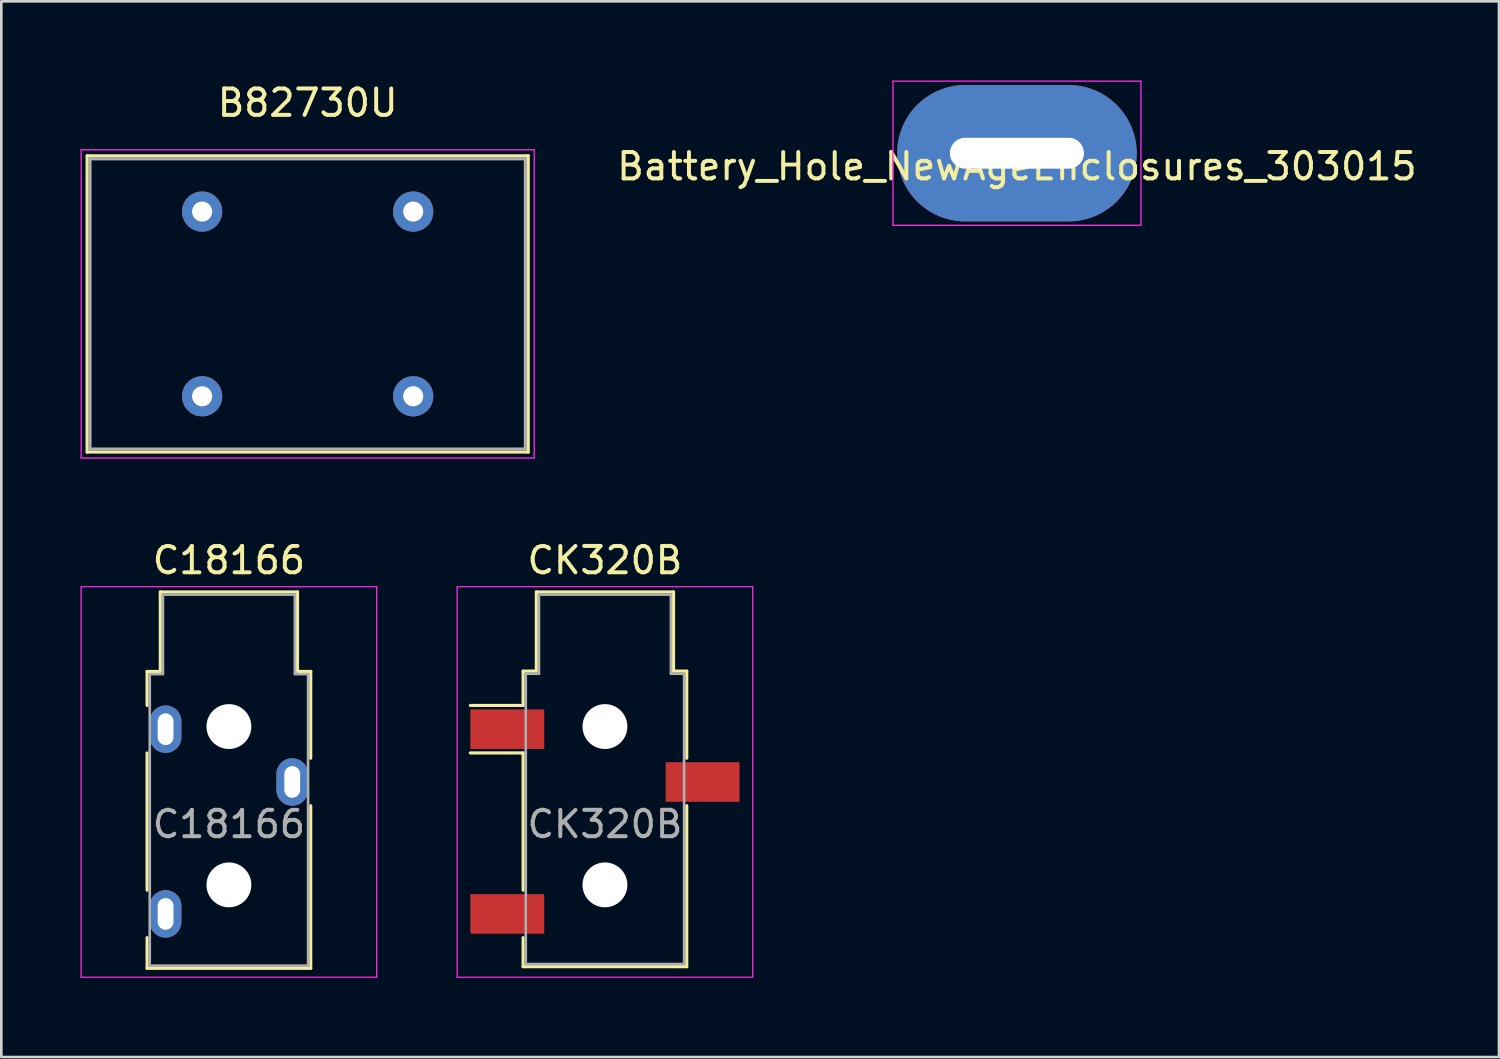
<source format=kicad_pcb>
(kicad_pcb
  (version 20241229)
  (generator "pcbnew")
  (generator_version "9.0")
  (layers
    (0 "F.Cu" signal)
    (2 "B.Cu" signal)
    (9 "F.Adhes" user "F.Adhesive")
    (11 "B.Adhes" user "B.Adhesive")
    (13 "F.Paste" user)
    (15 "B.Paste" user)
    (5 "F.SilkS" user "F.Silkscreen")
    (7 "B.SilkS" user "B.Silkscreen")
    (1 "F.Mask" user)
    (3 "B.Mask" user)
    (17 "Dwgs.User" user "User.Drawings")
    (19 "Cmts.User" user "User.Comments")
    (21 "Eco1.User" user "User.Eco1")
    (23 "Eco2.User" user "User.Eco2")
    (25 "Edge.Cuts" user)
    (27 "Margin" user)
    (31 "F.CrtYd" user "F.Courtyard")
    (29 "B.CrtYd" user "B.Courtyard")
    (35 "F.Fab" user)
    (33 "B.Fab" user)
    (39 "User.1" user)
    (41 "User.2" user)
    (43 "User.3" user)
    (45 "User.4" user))
  (footprint "Battery_Hole_NewAgeEnclosures_303015"
    (layer "F.Cu")
    (at 35.488 2.756)
    (property "Reference" "Battery_Hole_NewAgeEnclosures_303015" (at 0 0.5 0) (layer "F.SilkS") (effects (font (size 1 1) (thickness 0.15))))
    (attr through_hole)
    (fp_line (start -4.699 -2.731) (end 4.699 -2.731) (stroke (width 0.05) (type solid)) (layer "F.CrtYd"))
    (fp_line (start -4.699 2.731) (end -4.699 -2.731) (stroke (width 0.05) (type solid)) (layer "F.CrtYd"))
    (fp_line (start 4.699 -2.731) (end 4.699 2.731) (stroke (width 0.05) (type solid)) (layer "F.CrtYd"))
    (fp_line (start 4.699 2.731) (end -4.699 2.731) (stroke (width 0.05) (type solid)) (layer "F.CrtYd"))
    (pad "1" thru_hole oval (at 0 0) (size 9.08 5.17) (drill oval 5.08 1.17) (layers "*.Cu" "*.Mask")))
  (footprint "CK320B"
    (layer "F.Cu")
    (at 19.875 28.084)
    (property "Reference" "CK320B" (at 0 -9.9 0) (layer "F.SilkS") (effects (font (size 1 1) (thickness 0.15))))
    (attr smd)
    (fp_line (start -3.1 -5.7) (end -2.6 -5.7) (stroke (width 0.12) (type solid)) (layer "F.SilkS"))
    (fp_line (start -3.1 -4.4) (end -5.1 -4.4) (stroke (width 0.12) (type solid)) (layer "F.SilkS"))
    (fp_line (start -3.1 -4.4) (end -3.1 -5.7) (stroke (width 0.12) (type solid)) (layer "F.SilkS"))
    (fp_line (start -3.1 -2.6) (end -5.1 -2.6) (stroke (width 0.12) (type solid)) (layer "F.SilkS"))
    (fp_line (start -3.1 2.6) (end -3.1 -2.6) (stroke (width 0.12) (type solid)) (layer "F.SilkS"))
    (fp_line (start -3.1 5.5) (end -3.1 4.4) (stroke (width 0.12) (type solid)) (layer "F.SilkS"))
    (fp_line (start -2.6 -8.7) (end 2.6 -8.7) (stroke (width 0.12) (type solid)) (layer "F.SilkS"))
    (fp_line (start -2.6 -5.7) (end -2.6 -8.7) (stroke (width 0.12) (type solid)) (layer "F.SilkS"))
    (fp_line (start 2.6 -8.7) (end 2.6 -5.7) (stroke (width 0.12) (type solid)) (layer "F.SilkS"))
    (fp_line (start 2.6 -5.7) (end 3.1 -5.7) (stroke (width 0.12) (type solid)) (layer "F.SilkS"))
    (fp_line (start 3.1 -5.7) (end 3.1 -2.4) (stroke (width 0.12) (type solid)) (layer "F.SilkS"))
    (fp_line (start 3.1 -0.6) (end 3.1 5.5) (stroke (width 0.12) (type solid)) (layer "F.SilkS"))
    (fp_line (start 3.1 5.5) (end -3.1 5.5) (stroke (width 0.12) (type solid)) (layer "F.SilkS"))
    (fp_line (start -5.6 -8.9) (end 5.6 -8.9) (stroke (width 0.05) (type solid)) (layer "F.CrtYd"))
    (fp_line (start -5.6 5.9) (end -5.6 -8.9) (stroke (width 0.05) (type solid)) (layer "F.CrtYd"))
    (fp_line (start 5.6 -8.9) (end 5.6 5.9) (stroke (width 0.05) (type solid)) (layer "F.CrtYd"))
    (fp_line (start 5.6 5.9) (end -5.6 5.9) (stroke (width 0.05) (type solid)) (layer "F.CrtYd"))
    (fp_line (start -3 -5.6) (end -2.5 -5.6) (stroke (width 0.1) (type solid)) (layer "F.Fab"))
    (fp_line (start -3 5.4) (end -3 -5.6) (stroke (width 0.1) (type solid)) (layer "F.Fab"))
    (fp_line (start -2.5 -8.6) (end 2.5 -8.6) (stroke (width 0.1) (type solid)) (layer "F.Fab"))
    (fp_line (start -2.5 -5.6) (end -2.5 -8.6) (stroke (width 0.1) (type solid)) (layer "F.Fab"))
    (fp_line (start 2.5 -8.6) (end 2.5 -5.6) (stroke (width 0.1) (type solid)) (layer "F.Fab"))
    (fp_line (start 2.5 -5.6) (end 3 -5.6) (stroke (width 0.1) (type solid)) (layer "F.Fab"))
    (fp_line (start 3 -5.6) (end 3 5.4) (stroke (width 0.1) (type solid)) (layer "F.Fab"))
    (fp_line (start 3 5.4) (end -3 5.4) (stroke (width 0.1) (type solid)) (layer "F.Fab"))
    (fp_text user "${REFERENCE}" (at 0 0.1 0) (layer "F.Fab") (effects (font (size 1 1) (thickness 0.15))))
    (pad "" np_thru_hole circle (at 0 -3.6) (size 1.7 1.7) (drill 1.7) (layers "*.Cu" "*.Mask"))
    (pad "" np_thru_hole circle (at 0 2.4) (size 1.7 1.7) (drill 1.7) (layers "*.Cu" "*.Mask"))
    (pad "R" smd rect (at 3.7 -1.5) (size 2.8 1.5) (layers "F.Cu" "F.Mask" "F.Paste"))
    (pad "S" smd rect (at -3.7 -3.5) (size 2.8 1.5) (layers "F.Cu" "F.Mask" "F.Paste"))
    (pad "T" smd rect (at -3.7 3.5) (size 2.8 1.5) (layers "F.Cu" "F.Mask" "F.Paste")))
  (footprint "B82730U"
    (layer "F.Cu")
    (at 8.61 8.468)
    (property "Reference" "B82730U" (at 0 -7.62 0) (layer "F.SilkS") (effects (font (size 1 1) (thickness 0.15))))
    (attr through_hole)
    (fp_line (start -8.357 -5.613) (end 8.357 -5.613) (stroke (width 0.12) (type solid)) (layer "F.SilkS"))
    (fp_line (start -8.357 5.613) (end -8.357 -5.613) (stroke (width 0.12) (type solid)) (layer "F.SilkS"))
    (fp_line (start 8.357 -5.613) (end 8.357 5.613) (stroke (width 0.12) (type solid)) (layer "F.SilkS"))
    (fp_line (start 8.357 5.613) (end -8.357 5.613) (stroke (width 0.12) (type solid)) (layer "F.SilkS"))
    (fp_line (start -8.585 -5.842) (end 8.585 -5.842) (stroke (width 0.05) (type solid)) (layer "F.CrtYd"))
    (fp_line (start -8.585 5.842) (end -8.585 -5.842) (stroke (width 0.05) (type solid)) (layer "F.CrtYd"))
    (fp_line (start 8.585 -5.842) (end 8.585 5.842) (stroke (width 0.05) (type solid)) (layer "F.CrtYd"))
    (fp_line (start 8.585 5.842) (end -8.585 5.842) (stroke (width 0.05) (type solid)) (layer "F.CrtYd"))
    (fp_line (start -8.25 -5.5) (end -8.25 5.5) (stroke (width 0.12) (type solid)) (layer "F.Fab"))
    (fp_line (start -8.25 5.5) (end 8.25 5.5) (stroke (width 0.12) (type solid)) (layer "F.Fab"))
    (fp_line (start 8.25 -5.5) (end -8.25 -5.5) (stroke (width 0.12) (type solid)) (layer "F.Fab"))
    (fp_line (start 8.25 -5.5) (end 8.25 5.5) (stroke (width 0.12) (type solid)) (layer "F.Fab"))
    (pad "1" thru_hole circle (at -4 -3.5) (size 1.524 1.524) (drill 0.762) (layers "*.Cu" "*.Mask"))
    (pad "2" thru_hole circle (at 4 -3.5) (size 1.524 1.524) (drill 0.762) (layers "*.Cu" "*.Mask"))
    (pad "3" thru_hole circle (at 4 3.5) (size 1.524 1.524) (drill 0.762) (layers "*.Cu" "*.Mask"))
    (pad "4" thru_hole circle (at -4 3.5) (size 1.524 1.524) (drill 0.762) (layers "*.Cu" "*.Mask")))
  (footprint "C18166"
    (layer "F.Cu")
    (at 5.625 28.084)
    (property "Reference" "C18166" (at 0 -9.9 0) (layer "F.SilkS") (effects (font (size 1 1) (thickness 0.15))))
    (attr smd)
    (fp_line (start -3.1 -5.688) (end -2.6 -5.688) (stroke (width 0.12) (type solid)) (layer "F.SilkS"))
    (fp_line (start -3.1 -4.4) (end -3.1 -5.688) (stroke (width 0.12) (type solid)) (layer "F.SilkS"))
    (fp_line (start -3.1 2.6) (end -3.1 -2.6) (stroke (width 0.12) (type solid)) (layer "F.SilkS"))
    (fp_line (start -3.1 5.561) (end -3.1 4.4) (stroke (width 0.12) (type solid)) (layer "F.SilkS"))
    (fp_line (start -2.6 -8.7) (end 2.6 -8.7) (stroke (width 0.12) (type solid)) (layer "F.SilkS"))
    (fp_line (start -2.6 -5.7) (end -2.6 -8.7) (stroke (width 0.12) (type solid)) (layer "F.SilkS"))
    (fp_line (start 2.6 -8.7) (end 2.6 -5.7) (stroke (width 0.12) (type solid)) (layer "F.SilkS"))
    (fp_line (start 2.6 -5.688) (end 3.1 -5.688) (stroke (width 0.12) (type solid)) (layer "F.SilkS"))
    (fp_line (start 3.1 -5.688) (end 3.1 -2.4) (stroke (width 0.12) (type solid)) (layer "F.SilkS"))
    (fp_line (start 3.1 -0.6) (end 3.1 5.561) (stroke (width 0.12) (type solid)) (layer "F.SilkS"))
    (fp_line (start 3.1 5.561) (end -3.1 5.561) (stroke (width 0.12) (type solid)) (layer "F.SilkS"))
    (fp_line (start -5.6 -8.9) (end 5.6 -8.9) (stroke (width 0.05) (type solid)) (layer "F.CrtYd"))
    (fp_line (start -5.6 5.9) (end -5.6 -8.9) (stroke (width 0.05) (type solid)) (layer "F.CrtYd"))
    (fp_line (start 5.6 -8.9) (end 5.6 5.9) (stroke (width 0.05) (type solid)) (layer "F.CrtYd"))
    (fp_line (start 5.6 5.9) (end -5.6 5.9) (stroke (width 0.05) (type solid)) (layer "F.CrtYd"))
    (fp_line (start -3 -5.588) (end -2.5 -5.588) (stroke (width 0.1) (type solid)) (layer "F.Fab"))
    (fp_line (start -3 5.461) (end -3 -5.588) (stroke (width 0.1) (type solid)) (layer "F.Fab"))
    (fp_line (start -2.5 -8.6) (end 2.5 -8.6) (stroke (width 0.1) (type solid)) (layer "F.Fab"))
    (fp_line (start -2.5 -5.6) (end -2.5 -8.6) (stroke (width 0.1) (type solid)) (layer "F.Fab"))
    (fp_line (start 2.5 -8.6) (end 2.5 -5.6) (stroke (width 0.1) (type solid)) (layer "F.Fab"))
    (fp_line (start 2.5 -5.588) (end 3 -5.588) (stroke (width 0.1) (type solid)) (layer "F.Fab"))
    (fp_line (start 3 -5.588) (end 3 5.461) (stroke (width 0.1) (type solid)) (layer "F.Fab"))
    (fp_line (start 3 5.461) (end -3 5.461) (stroke (width 0.1) (type solid)) (layer "F.Fab"))
    (fp_text user "${REFERENCE}" (at 0 0.1 0) (layer "F.Fab") (effects (font (size 1 1) (thickness 0.15))))
    (pad "" np_thru_hole circle (at 0 -3.6) (size 1.7 1.7) (drill 1.7) (layers "*.Cu" "*.Mask"))
    (pad "" np_thru_hole circle (at 0 2.4) (size 1.7 1.7) (drill 1.7) (layers "*.Cu" "*.Mask"))
    (pad "R" thru_hole oval (at 2.4 -1.5) (size 1.2 1.8) (drill oval 0.6 1.2) (layers "*.Cu" "*.Mask"))
    (pad "S" thru_hole oval (at -2.4 -3.5) (size 1.2 1.8) (drill oval 0.6 1.2) (layers "*.Cu" "*.Mask"))
    (pad "T" thru_hole oval (at -2.4 3.5) (size 1.2 1.8) (drill oval 0.6 1.2) (layers "*.Cu" "*.Mask")))
  (gr_rect
    (start -3 -3)
    (end 53.756 37.008)
    (stroke (width 0.1) (type default))
    (fill no)
    (layer "Edge.Cuts")))
</source>
